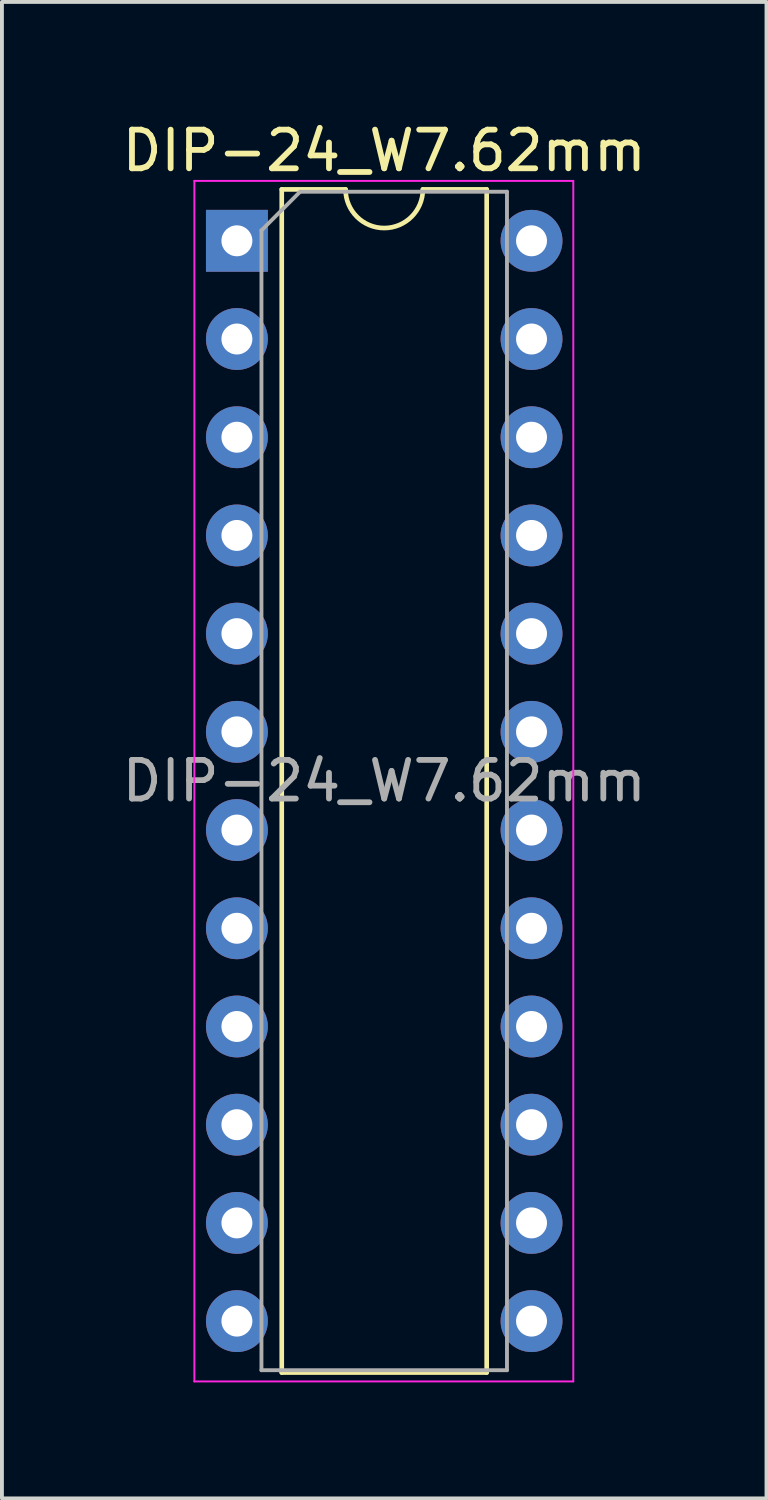
<source format=kicad_pcb>
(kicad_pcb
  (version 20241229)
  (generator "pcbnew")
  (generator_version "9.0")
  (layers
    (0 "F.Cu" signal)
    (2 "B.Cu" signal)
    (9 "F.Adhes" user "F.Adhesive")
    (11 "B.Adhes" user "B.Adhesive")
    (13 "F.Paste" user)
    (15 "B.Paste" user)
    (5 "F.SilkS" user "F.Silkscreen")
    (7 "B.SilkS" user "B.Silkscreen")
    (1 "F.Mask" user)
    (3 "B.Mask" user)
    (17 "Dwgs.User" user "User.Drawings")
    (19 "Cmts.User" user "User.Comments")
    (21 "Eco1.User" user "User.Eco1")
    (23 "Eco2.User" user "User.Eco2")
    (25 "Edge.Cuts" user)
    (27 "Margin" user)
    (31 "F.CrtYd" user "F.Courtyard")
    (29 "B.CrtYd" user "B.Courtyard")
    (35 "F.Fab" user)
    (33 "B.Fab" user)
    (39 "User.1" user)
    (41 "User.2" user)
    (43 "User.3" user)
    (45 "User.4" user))
  (footprint "DIP-24_W7.62mm"
    (layer "F.Cu")
    (at 3.077 3.178)
    (property "Reference" "DIP-24_W7.62mm" (at 3.81 -2.33 0) (layer "F.SilkS") (effects (font (size 1 1) (thickness 0.15))))
    (attr through_hole)
    (fp_line (start 1.16 -1.33) (end 1.16 29.27) (stroke (width 0.12) (type solid)) (layer "F.SilkS"))
    (fp_line (start 1.16 29.27) (end 6.46 29.27) (stroke (width 0.12) (type solid)) (layer "F.SilkS"))
    (fp_line (start 2.81 -1.33) (end 1.16 -1.33) (stroke (width 0.12) (type solid)) (layer "F.SilkS"))
    (fp_line (start 6.46 -1.33) (end 4.81 -1.33) (stroke (width 0.12) (type solid)) (layer "F.SilkS"))
    (fp_line (start 6.46 29.27) (end 6.46 -1.33) (stroke (width 0.12) (type solid)) (layer "F.SilkS"))
    (fp_arc (start 4.81 -1.33) (mid 3.81 -0.33) (end 2.81 -1.33) (stroke (width 0.12) (type solid)) (layer "F.SilkS"))
    (fp_line (start -1.1 -1.55) (end -1.1 29.5) (stroke (width 0.05) (type solid)) (layer "F.CrtYd"))
    (fp_line (start -1.1 29.5) (end 8.7 29.5) (stroke (width 0.05) (type solid)) (layer "F.CrtYd"))
    (fp_line (start 8.7 -1.55) (end -1.1 -1.55) (stroke (width 0.05) (type solid)) (layer "F.CrtYd"))
    (fp_line (start 8.7 29.5) (end 8.7 -1.55) (stroke (width 0.05) (type solid)) (layer "F.CrtYd"))
    (fp_line (start 0.635 -0.27) (end 1.635 -1.27) (stroke (width 0.1) (type solid)) (layer "F.Fab"))
    (fp_line (start 0.635 29.21) (end 0.635 -0.27) (stroke (width 0.1) (type solid)) (layer "F.Fab"))
    (fp_line (start 1.635 -1.27) (end 6.985 -1.27) (stroke (width 0.1) (type solid)) (layer "F.Fab"))
    (fp_line (start 6.985 -1.27) (end 6.985 29.21) (stroke (width 0.1) (type solid)) (layer "F.Fab"))
    (fp_line (start 6.985 29.21) (end 0.635 29.21) (stroke (width 0.1) (type solid)) (layer "F.Fab"))
    (fp_text user "${REFERENCE}" (at 3.81 13.97 0) (layer "F.Fab") (effects (font (size 1 1) (thickness 0.15))))
    (pad "1" thru_hole rect (at 0 0) (size 1.6 1.6) (drill 0.8) (layers "*.Cu" "*.Mask"))
    (pad "2" thru_hole oval (at 0 2.54) (size 1.6 1.6) (drill 0.8) (layers "*.Cu" "*.Mask"))
    (pad "3" thru_hole oval (at 0 5.08) (size 1.6 1.6) (drill 0.8) (layers "*.Cu" "*.Mask"))
    (pad "4" thru_hole oval (at 0 7.62) (size 1.6 1.6) (drill 0.8) (layers "*.Cu" "*.Mask"))
    (pad "5" thru_hole oval (at 0 10.16) (size 1.6 1.6) (drill 0.8) (layers "*.Cu" "*.Mask"))
    (pad "6" thru_hole oval (at 0 12.7) (size 1.6 1.6) (drill 0.8) (layers "*.Cu" "*.Mask"))
    (pad "7" thru_hole oval (at 0 15.24) (size 1.6 1.6) (drill 0.8) (layers "*.Cu" "*.Mask"))
    (pad "8" thru_hole oval (at 0 17.78) (size 1.6 1.6) (drill 0.8) (layers "*.Cu" "*.Mask"))
    (pad "9" thru_hole oval (at 0 20.32) (size 1.6 1.6) (drill 0.8) (layers "*.Cu" "*.Mask"))
    (pad "10" thru_hole oval (at 0 22.86) (size 1.6 1.6) (drill 0.8) (layers "*.Cu" "*.Mask"))
    (pad "11" thru_hole oval (at 0 25.4) (size 1.6 1.6) (drill 0.8) (layers "*.Cu" "*.Mask"))
    (pad "12" thru_hole oval (at 0 27.94) (size 1.6 1.6) (drill 0.8) (layers "*.Cu" "*.Mask"))
    (pad "13" thru_hole oval (at 7.62 27.94) (size 1.6 1.6) (drill 0.8) (layers "*.Cu" "*.Mask"))
    (pad "14" thru_hole oval (at 7.62 25.4) (size 1.6 1.6) (drill 0.8) (layers "*.Cu" "*.Mask"))
    (pad "15" thru_hole oval (at 7.62 22.86) (size 1.6 1.6) (drill 0.8) (layers "*.Cu" "*.Mask"))
    (pad "16" thru_hole oval (at 7.62 20.32) (size 1.6 1.6) (drill 0.8) (layers "*.Cu" "*.Mask"))
    (pad "17" thru_hole oval (at 7.62 17.78) (size 1.6 1.6) (drill 0.8) (layers "*.Cu" "*.Mask"))
    (pad "18" thru_hole oval (at 7.62 15.24) (size 1.6 1.6) (drill 0.8) (layers "*.Cu" "*.Mask"))
    (pad "19" thru_hole oval (at 7.62 12.7) (size 1.6 1.6) (drill 0.8) (layers "*.Cu" "*.Mask"))
    (pad "20" thru_hole oval (at 7.62 10.16) (size 1.6 1.6) (drill 0.8) (layers "*.Cu" "*.Mask"))
    (pad "21" thru_hole oval (at 7.62 7.62) (size 1.6 1.6) (drill 0.8) (layers "*.Cu" "*.Mask"))
    (pad "22" thru_hole oval (at 7.62 5.08) (size 1.6 1.6) (drill 0.8) (layers "*.Cu" "*.Mask"))
    (pad "23" thru_hole oval (at 7.62 2.54) (size 1.6 1.6) (drill 0.8) (layers "*.Cu" "*.Mask"))
    (pad "24" thru_hole oval (at 7.62 0) (size 1.6 1.6) (drill 0.8) (layers "*.Cu" "*.Mask")))
  (gr_rect
    (start -3 -3)
    (end 16.774 35.703)
    (stroke (width 0.1) (type default))
    (fill no)
    (layer "Edge.Cuts")))
</source>
